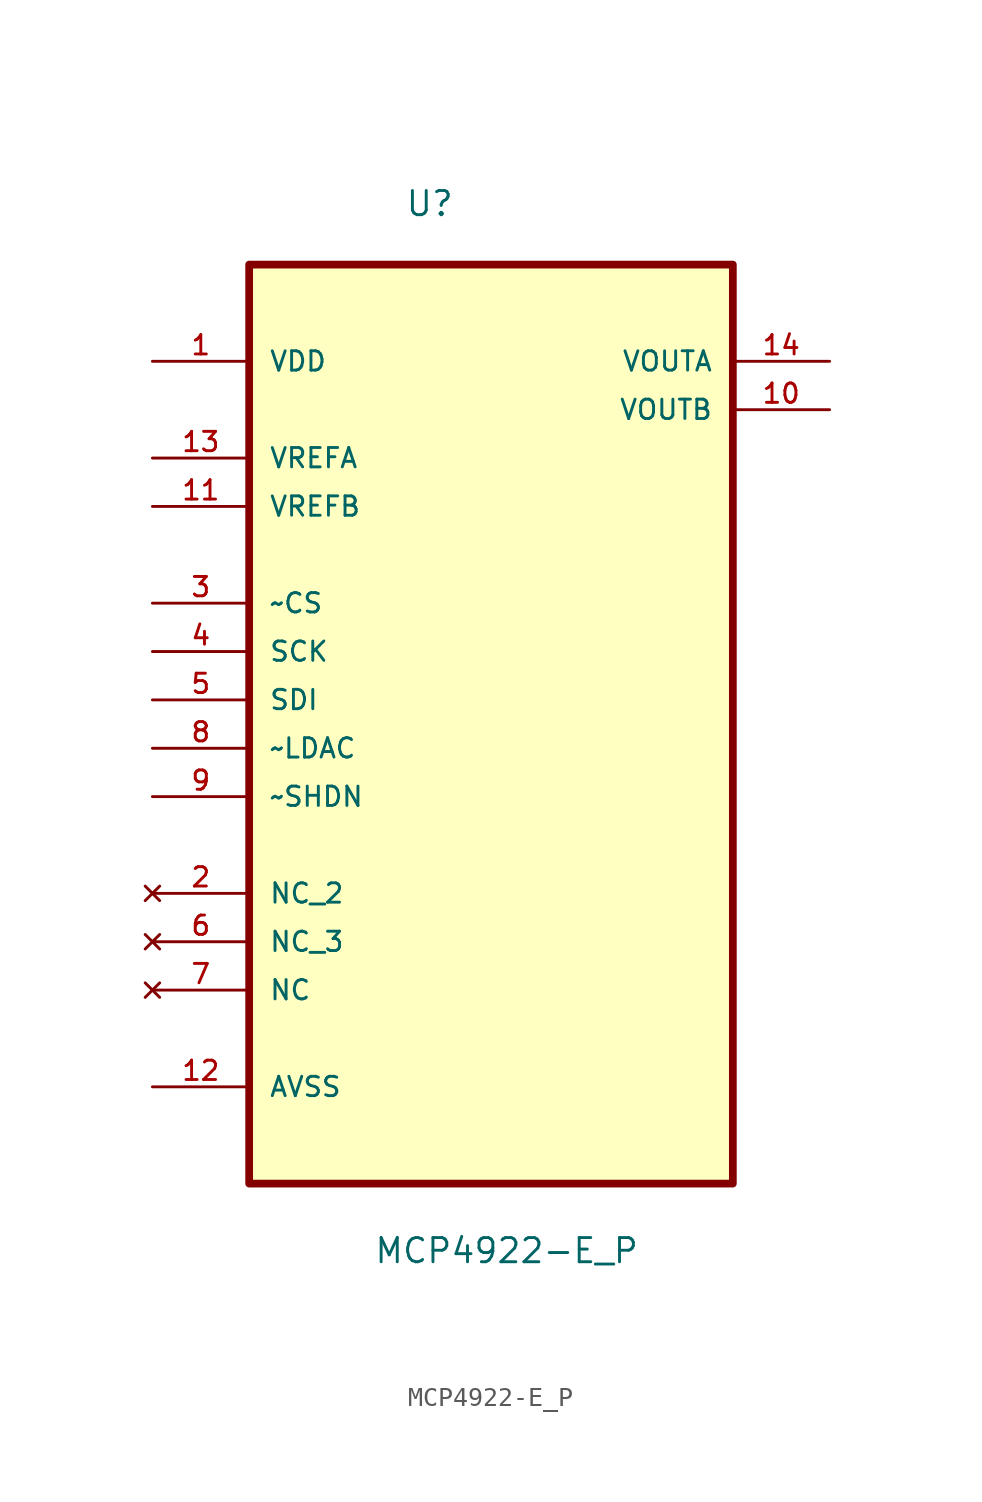
<source format=kicad_sym>
(kicad_symbol_lib
  (version 20211014)
  (generator kicad_symbol_editor)
  (symbol "MCP4922-E_P"
    (pin_names
      (offset 1.016))
    (property "Reference" "U"
      (at -4.53 22.777 0.0)
      (effects (font (size 1.27 1.27)) (justify bottom left)))
    (property "Value" "MCP4922-E_P"
      (at -6.172 -32.208 0.0)
      (effects (font (size 1.27 1.27)) (justify bottom left)))
    (symbol "MCP4922-E_P_0_0"
      (rectangle (start -12.7 -27.94) (end 12.7 20.32) (stroke (width 0.406)) (fill (type background)))
      (pin power_in line (at -17.78 15.24 0) (length 5.08) (name "VDD" (effects (font (size 1.016 1.016)))) (number "1" (effects (font (size 1.016 1.016)))))
      (pin input line (at -17.78 10.16 0) (length 5.08) (name "VREFA" (effects (font (size 1.016 1.016)))) (number "13" (effects (font (size 1.016 1.016)))))
      (pin input line (at -17.78 7.62 0) (length 5.08) (name "VREFB" (effects (font (size 1.016 1.016)))) (number "11" (effects (font (size 1.016 1.016)))))
      (pin input line (at -17.78 2.54 0) (length 5.08) (name "~CS" (effects (font (size 1.016 1.016)))) (number "3" (effects (font (size 1.016 1.016)))))
      (pin input line (at -17.78 0.0 0) (length 5.08) (name "SCK" (effects (font (size 1.016 1.016)))) (number "4" (effects (font (size 1.016 1.016)))))
      (pin input line (at -17.78 -2.54 0) (length 5.08) (name "SDI" (effects (font (size 1.016 1.016)))) (number "5" (effects (font (size 1.016 1.016)))))
      (pin input line (at -17.78 -5.08 0) (length 5.08) (name "~LDAC" (effects (font (size 1.016 1.016)))) (number "8" (effects (font (size 1.016 1.016)))))
      (pin input line (at -17.78 -7.62 0) (length 5.08) (name "~SHDN" (effects (font (size 1.016 1.016)))) (number "9" (effects (font (size 1.016 1.016)))))
      (pin no_connect line (at -17.78 -12.7 0) (length 5.08) (name "NC_2" (effects (font (size 1.016 1.016)))) (number "2" (effects (font (size 1.016 1.016)))))
      (pin no_connect line (at -17.78 -15.24 0) (length 5.08) (name "NC_3" (effects (font (size 1.016 1.016)))) (number "6" (effects (font (size 1.016 1.016)))))
      (pin no_connect line (at -17.78 -17.78 0) (length 5.08) (name "NC" (effects (font (size 1.016 1.016)))) (number "7" (effects (font (size 1.016 1.016)))))
      (pin power_in line (at -17.78 -22.86 0) (length 5.08) (name "AVSS" (effects (font (size 1.016 1.016)))) (number "12" (effects (font (size 1.016 1.016)))))
      (pin output line (at 17.78 15.24 180.0) (length 5.08) (name "VOUTA" (effects (font (size 1.016 1.016)))) (number "14" (effects (font (size 1.016 1.016)))))
      (pin output line (at 17.78 12.7 180.0) (length 5.08) (name "VOUTB" (effects (font (size 1.016 1.016)))) (number "10" (effects (font (size 1.016 1.016))))))))
</source>
